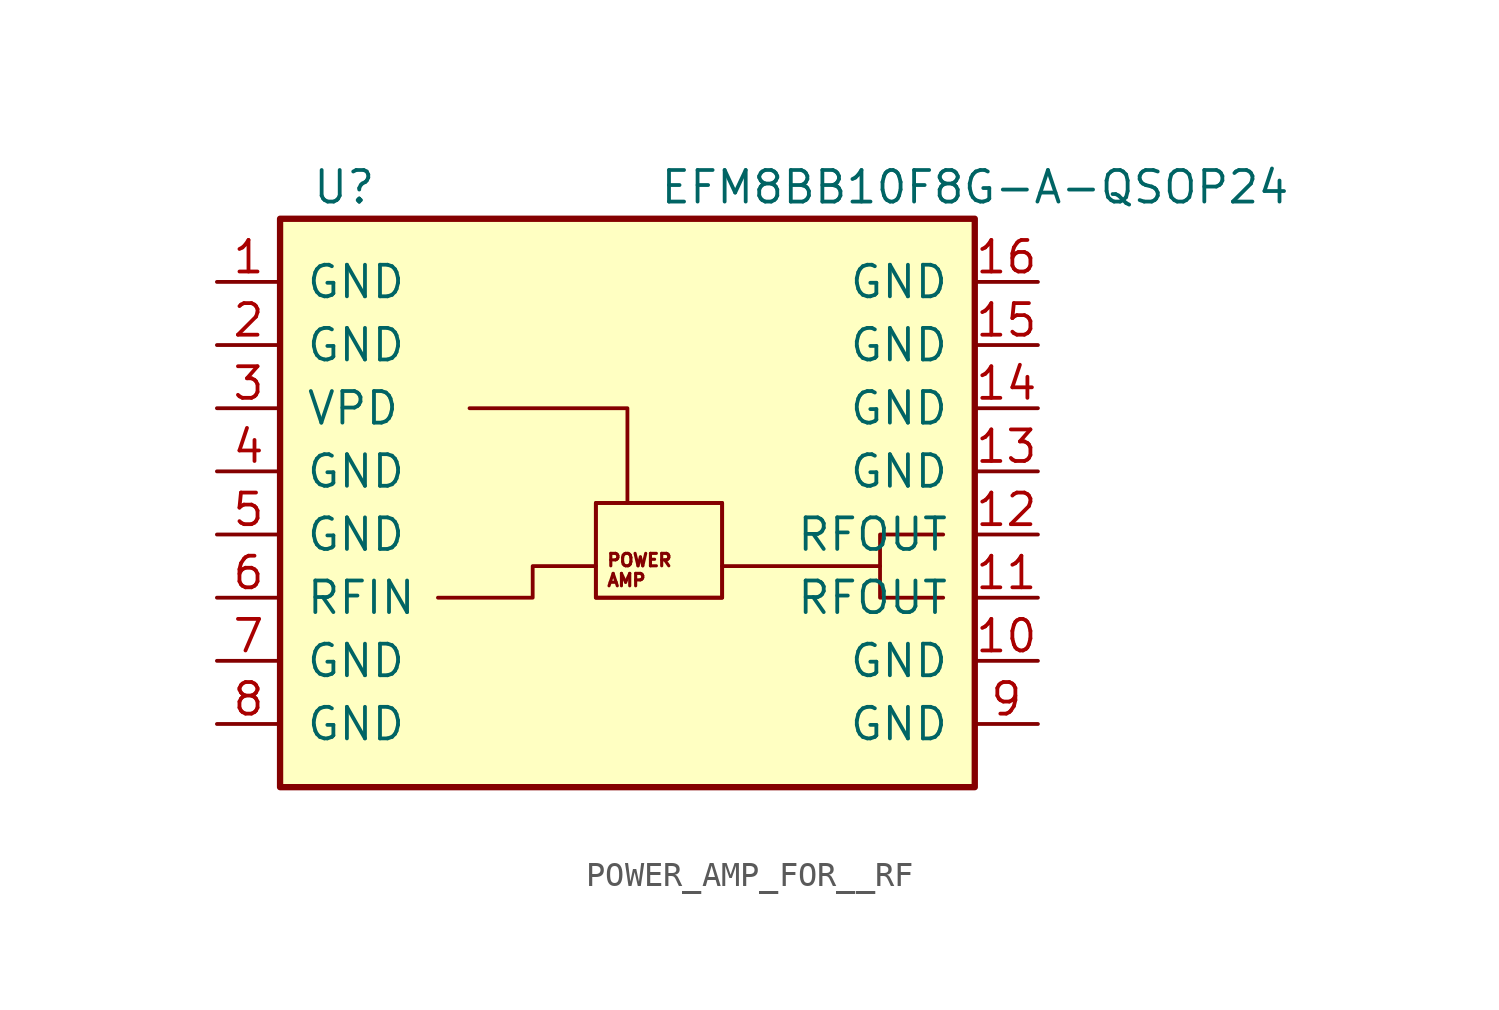
<source format=kicad_sym>
(kicad_symbol_lib
  (version 20220914)
  (generator kicad_symbol_editor)
  (symbol "POWER_AMP_FOR__RF"
    (pin_names
      (offset 1.016))
    (property "Reference" "U"
      (at -13.97 15.24 0)
      (effects (font (size 1.27 1.27)) (justify left)))
    (property "Value" "EFM8BB10F8G-A-QSOP24"
      (at 0 15.24 0)
      (effects (font (size 1.27 1.27)) (justify left)))
    (symbol "POWER_AMP_FOR__RF_0_1"
      (rectangle (start -15.24 13.97) (end 12.7 -8.89) (stroke (width 0.254) (type default)) (fill (type background)))
      (rectangle (start -2.54 2.54) (end 2.54 -1.27) (stroke (width 0) (type default)) (fill (type none)))
      (polyline (pts (xy -7.62 6.35) (xy -1.27 6.35) (xy -1.27 2.54)) (stroke (width 0) (type default)) (fill (type none)))
      (polyline (pts (xy 8.89 0) (xy 8.89 1.27) (xy 11.43 1.27)) (stroke (width 0) (type default)) (fill (type none)))
      (polyline (pts (xy -8.89 -1.27) (xy -5.08 -1.27) (xy -5.08 0) (xy -2.54 0)) (stroke (width 0) (type default)) (fill (type none)))
      (polyline (pts (xy 2.54 0) (xy 8.89 0) (xy 8.89 -1.27) (xy 11.43 -1.27)) (stroke (width 0) (type default)) (fill (type none))))
    (symbol "POWER_AMP_FOR__RF_1_1"
      (text_box "\n\nPOWER AMP \n" (at -2.54 2.54 0) (size 5.08 -3.81) (stroke (width 0) (type default)) (fill (type none)) (effects (font (size 0.5 0.5)) (justify left top)))
      (pin input line (at -17.78 11.43 0) (length 2.54) (name "GND" (effects (font (size 1.27 1.27)))) (number "1" (effects (font (size 1.27 1.27)))))
      (pin input line (at 15.24 -3.81 180) (length 2.54) (name "GND" (effects (font (size 1.27 1.27)))) (number "10" (effects (font (size 1.27 1.27)))))
      (pin output line (at 15.24 -1.27 180) (length 2.54) (name "RFOUT" (effects (font (size 1.27 1.27)))) (number "11" (effects (font (size 1.27 1.27)))))
      (pin output line (at 15.24 1.27 180) (length 2.54) (name "RFOUT" (effects (font (size 1.27 1.27)))) (number "12" (effects (font (size 1.27 1.27)))))
      (pin input line (at 15.24 3.81 180) (length 2.54) (name "GND" (effects (font (size 1.27 1.27)))) (number "13" (effects (font (size 1.27 1.27)))))
      (pin input line (at 15.24 6.35 180) (length 2.54) (name "GND" (effects (font (size 1.27 1.27)))) (number "14" (effects (font (size 1.27 1.27)))))
      (pin input line (at 15.24 8.89 180) (length 2.54) (name "GND" (effects (font (size 1.27 1.27)))) (number "15" (effects (font (size 1.27 1.27)))))
      (pin input line (at 15.24 11.43 180) (length 2.54) (name "GND" (effects (font (size 1.27 1.27)))) (number "16" (effects (font (size 1.27 1.27)))))
      (pin input line (at -17.78 8.89 0) (length 2.54) (name "GND" (effects (font (size 1.27 1.27)))) (number "2" (effects (font (size 1.27 1.27)))))
      (pin input line (at -17.78 6.35 0) (length 2.54) (name "VPD" (effects (font (size 1.27 1.27)))) (number "3" (effects (font (size 1.27 1.27)))))
      (pin input line (at -17.78 3.81 0) (length 2.54) (name "GND" (effects (font (size 1.27 1.27)))) (number "4" (effects (font (size 1.27 1.27)))))
      (pin input line (at -17.78 1.27 0) (length 2.54) (name "GND" (effects (font (size 1.27 1.27)))) (number "5" (effects (font (size 1.27 1.27)))))
      (pin input line (at -17.78 -1.27 0) (length 2.54) (name "RFIN" (effects (font (size 1.27 1.27)))) (number "6" (effects (font (size 1.27 1.27)))))
      (pin input line (at -17.78 -3.81 0) (length 2.54) (name "GND" (effects (font (size 1.27 1.27)))) (number "7" (effects (font (size 1.27 1.27)))))
      (pin input line (at -17.78 -6.35 0) (length 2.54) (name "GND" (effects (font (size 1.27 1.27)))) (number "8" (effects (font (size 1.27 1.27)))))
      (pin input line (at 15.24 -6.35 180) (length 2.54) (name "GND" (effects (font (size 1.27 1.27)))) (number "9" (effects (font (size 1.27 1.27))))))))
</source>
